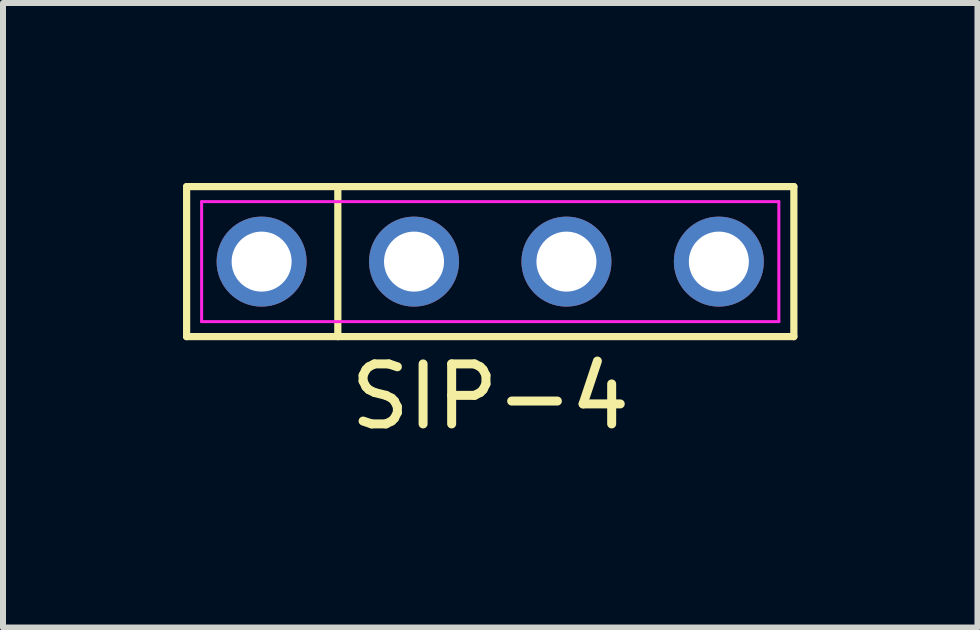
<source format=kicad_pcb>
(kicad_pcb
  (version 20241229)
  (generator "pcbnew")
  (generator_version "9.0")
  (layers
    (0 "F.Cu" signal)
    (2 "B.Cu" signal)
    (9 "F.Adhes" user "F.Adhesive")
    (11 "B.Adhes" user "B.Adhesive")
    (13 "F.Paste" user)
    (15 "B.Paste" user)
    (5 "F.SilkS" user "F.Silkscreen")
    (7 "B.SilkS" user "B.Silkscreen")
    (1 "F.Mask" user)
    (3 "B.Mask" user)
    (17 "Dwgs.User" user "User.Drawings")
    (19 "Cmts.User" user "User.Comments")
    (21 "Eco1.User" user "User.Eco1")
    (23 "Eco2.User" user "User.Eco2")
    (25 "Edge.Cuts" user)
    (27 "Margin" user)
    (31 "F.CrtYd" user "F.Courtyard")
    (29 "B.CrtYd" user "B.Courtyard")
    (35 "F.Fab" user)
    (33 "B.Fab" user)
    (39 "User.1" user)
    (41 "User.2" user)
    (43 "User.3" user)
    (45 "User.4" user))
  (footprint "SIP-4"
    (layer "F.Cu")
    (at 5.12 1.31)
    (property "Reference" "SIP-4" (at 0 2.25 0) (layer "F.SilkS") (effects (font (size 1 1) (thickness 0.15))))
    (attr through_hole)
    (fp_line (start -5.06 -1.25) (end 5.06 -1.25) (stroke (width 0.12) (type solid)) (layer "F.SilkS"))
    (fp_line (start -5.06 1.25) (end -5.06 -1.25) (stroke (width 0.12) (type solid)) (layer "F.SilkS"))
    (fp_line (start -2.54 -1.25) (end -2.54 1.25) (stroke (width 0.12) (type solid)) (layer "F.SilkS"))
    (fp_line (start 5.06 -1.25) (end 5.06 1.25) (stroke (width 0.12) (type solid)) (layer "F.SilkS"))
    (fp_line (start 5.06 1.25) (end -5.06 1.25) (stroke (width 0.12) (type solid)) (layer "F.SilkS"))
    (fp_line (start -4.81 -1) (end 4.81 -1) (stroke (width 0.05) (type solid)) (layer "F.CrtYd"))
    (fp_line (start -4.81 1) (end -4.81 -1) (stroke (width 0.05) (type solid)) (layer "F.CrtYd"))
    (fp_line (start 4.81 -1) (end 4.81 1) (stroke (width 0.05) (type solid)) (layer "F.CrtYd"))
    (fp_line (start 4.81 1) (end -4.81 1) (stroke (width 0.05) (type solid)) (layer "F.CrtYd"))
    (pad "1" thru_hole circle (at -3.81 0) (size 1.5 1.5) (drill 1) (layers "*.Cu" "*.Mask"))
    (pad "2" thru_hole circle (at -1.27 0) (size 1.5 1.5) (drill 1) (layers "*.Cu" "*.Mask"))
    (pad "3" thru_hole circle (at 1.27 0) (size 1.5 1.5) (drill 1) (layers "*.Cu" "*.Mask"))
    (pad "4" thru_hole circle (at 3.81 0) (size 1.5 1.5) (drill 1) (layers "*.Cu" "*.Mask")))
  (gr_rect
    (start -3 -3)
    (end 13.24 7.408)
    (stroke (width 0.1) (type default))
    (fill no)
    (layer "Edge.Cuts")))
</source>
